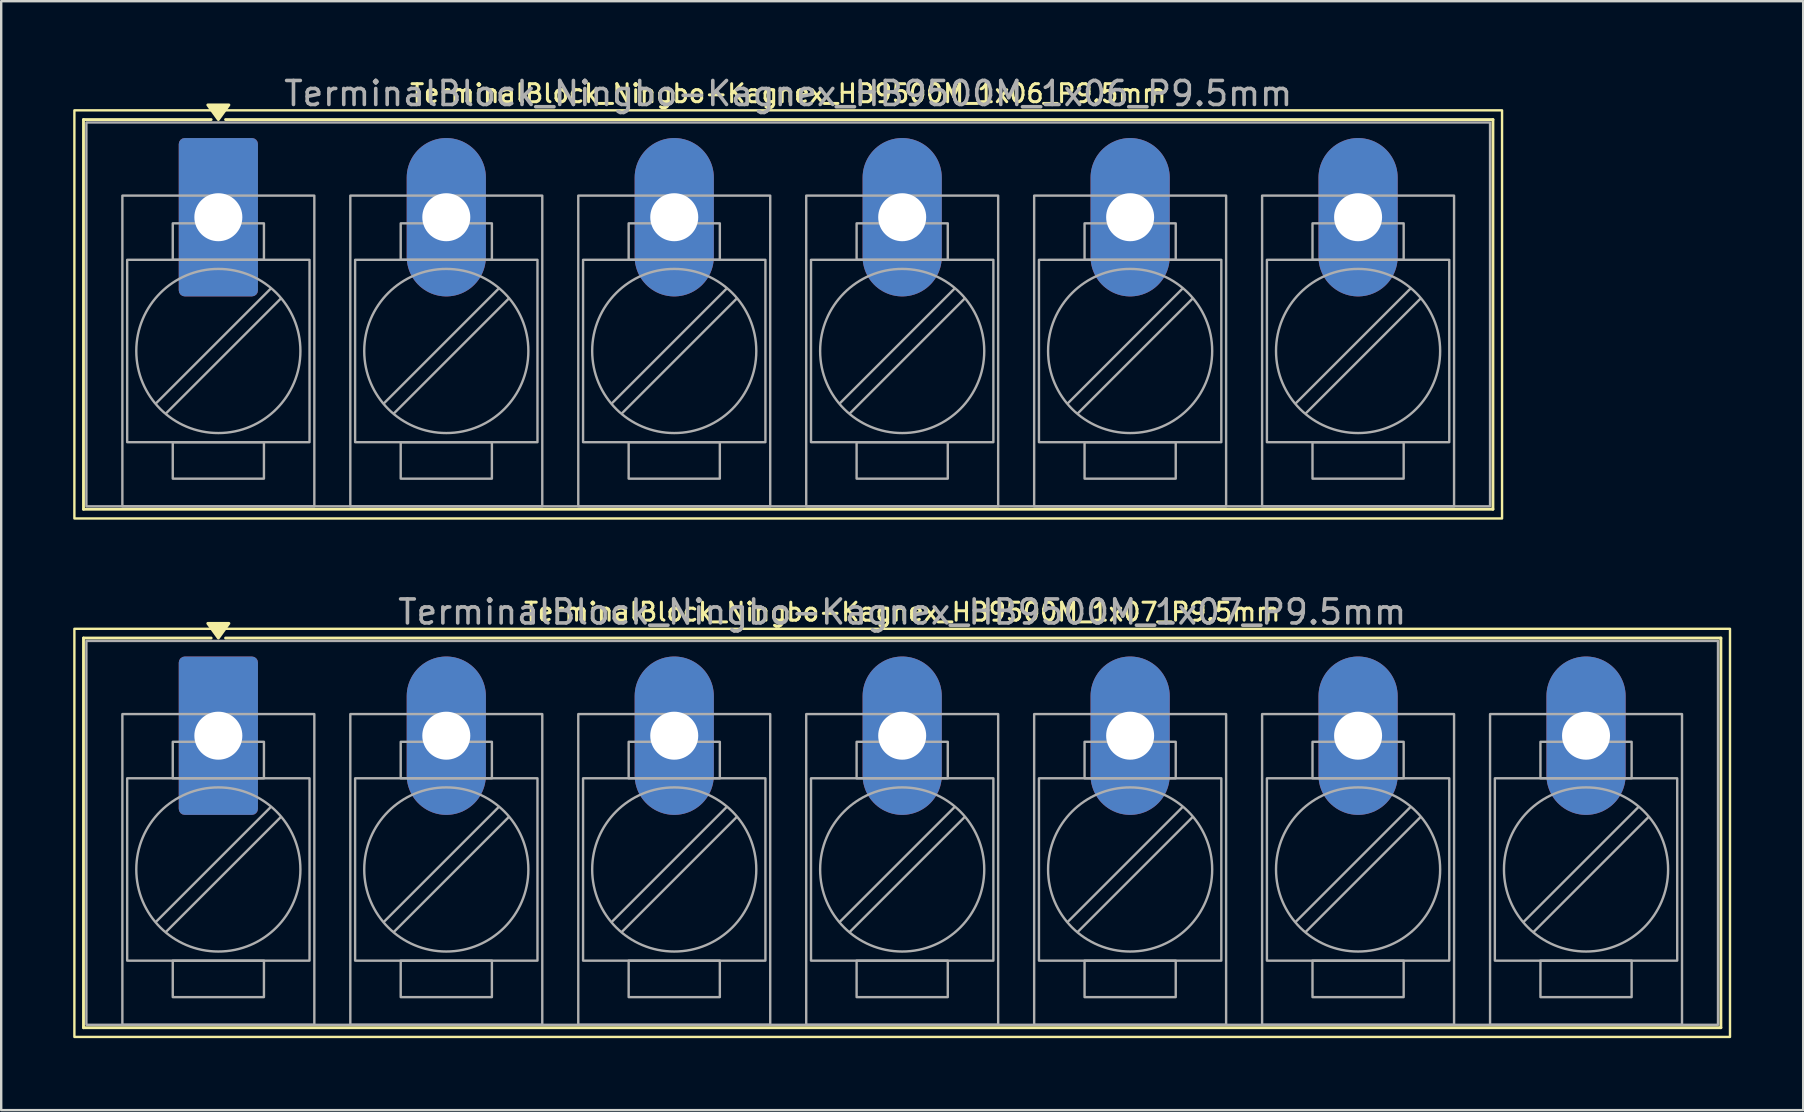
<source format=kicad_pcb>
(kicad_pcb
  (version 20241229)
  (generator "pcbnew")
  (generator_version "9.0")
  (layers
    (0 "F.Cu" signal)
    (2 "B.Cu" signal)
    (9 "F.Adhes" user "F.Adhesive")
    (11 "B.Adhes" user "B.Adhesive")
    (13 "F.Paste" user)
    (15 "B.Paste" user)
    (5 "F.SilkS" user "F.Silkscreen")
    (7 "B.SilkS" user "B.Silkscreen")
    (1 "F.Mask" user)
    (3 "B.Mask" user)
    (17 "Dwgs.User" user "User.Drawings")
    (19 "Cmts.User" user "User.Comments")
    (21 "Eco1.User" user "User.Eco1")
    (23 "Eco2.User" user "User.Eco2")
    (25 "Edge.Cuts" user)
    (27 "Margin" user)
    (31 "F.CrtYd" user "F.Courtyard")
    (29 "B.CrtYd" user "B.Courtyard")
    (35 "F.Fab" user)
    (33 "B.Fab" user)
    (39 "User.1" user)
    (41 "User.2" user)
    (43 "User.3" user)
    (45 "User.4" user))
  (footprint "TerminalBlock_Ningbo-Kagnex_HB9500M_1x07_P9.5mm"
    (layer "F.Cu")
    (at 6.05 27.611)
    (property "Reference" "TerminalBlock_Ningbo-Kagnex_HB9500M_1x07_P9.5mm" (at 28.5 -5.155 0) (layer "F.SilkS") (effects (font (size 0.75 0.75) (thickness 0.125))))
    (attr through_hole)
    (fp_line (start -5.62 -4.07) (end -0.3 -4.07) (stroke (width 0.12) (type solid)) (layer "F.SilkS"))
    (fp_line (start -5.62 12.17) (end -5.62 -4.07) (stroke (width 0.12) (type solid)) (layer "F.SilkS"))
    (fp_line (start 0.3 -4.07) (end 62.62 -4.07) (stroke (width 0.12) (type solid)) (layer "F.SilkS"))
    (fp_line (start 62.62 -4.07) (end 62.62 12.17) (stroke (width 0.12) (type solid)) (layer "F.SilkS"))
    (fp_line (start 62.62 12.17) (end -5.62 12.17) (stroke (width 0.12) (type solid)) (layer "F.SilkS"))
    (fp_rect (start -6 -4.455) (end 63 12.555) (stroke (width 0.1) (type solid)) (fill no) (layer "F.SilkS"))
    (fp_poly (pts (xy 0 -4.07) (xy -0.44 -4.68) (xy 0.44 -4.68)) (stroke (width 0.12) (type solid)) (fill yes) (layer "F.SilkS"))
    (fp_line (start 2.176 2.981) (end -2.594 7.751) (stroke (width 0.1) (type solid)) (layer "F.Fab"))
    (fp_line (start 2.594 3.399) (end -2.176 8.169) (stroke (width 0.1) (type solid)) (layer "F.Fab"))
    (fp_line (start 11.676 2.981) (end 6.906 7.751) (stroke (width 0.1) (type solid)) (layer "F.Fab"))
    (fp_line (start 12.094 3.399) (end 7.324 8.169) (stroke (width 0.1) (type solid)) (layer "F.Fab"))
    (fp_line (start 21.176 2.981) (end 16.406 7.751) (stroke (width 0.1) (type solid)) (layer "F.Fab"))
    (fp_line (start 21.594 3.399) (end 16.824 8.169) (stroke (width 0.1) (type solid)) (layer "F.Fab"))
    (fp_line (start 30.676 2.981) (end 25.906 7.751) (stroke (width 0.1) (type solid)) (layer "F.Fab"))
    (fp_line (start 31.094 3.399) (end 26.324 8.169) (stroke (width 0.1) (type solid)) (layer "F.Fab"))
    (fp_line (start 40.176 2.981) (end 35.406 7.751) (stroke (width 0.1) (type solid)) (layer "F.Fab"))
    (fp_line (start 40.594 3.399) (end 35.824 8.169) (stroke (width 0.1) (type solid)) (layer "F.Fab"))
    (fp_line (start 49.676 2.981) (end 44.906 7.751) (stroke (width 0.1) (type solid)) (layer "F.Fab"))
    (fp_line (start 50.094 3.399) (end 45.324 8.169) (stroke (width 0.1) (type solid)) (layer "F.Fab"))
    (fp_line (start 59.176 2.981) (end 54.406 7.751) (stroke (width 0.1) (type solid)) (layer "F.Fab"))
    (fp_line (start 59.594 3.399) (end 54.824 8.169) (stroke (width 0.1) (type solid)) (layer "F.Fab"))
    (fp_rect (start -5.5 -3.95) (end 62.5 12.05) (stroke (width 0.1) (type solid)) (fill no) (layer "F.Fab"))
    (fp_rect (start -4 -0.9) (end 4 12.05) (stroke (width 0.1) (type solid)) (fill no) (layer "F.Fab"))
    (fp_rect (start -3.8 1.775) (end 3.8 9.375) (stroke (width 0.1) (type solid)) (fill no) (layer "F.Fab"))
    (fp_rect (start -1.9 0.255) (end 1.9 1.775) (stroke (width 0.1) (type solid)) (fill no) (layer "F.Fab"))
    (fp_rect (start -1.9 9.375) (end 1.9 10.895) (stroke (width 0.1) (type solid)) (fill no) (layer "F.Fab"))
    (fp_rect (start 5.5 -0.9) (end 13.5 12.05) (stroke (width 0.1) (type solid)) (fill no) (layer "F.Fab"))
    (fp_rect (start 5.7 1.775) (end 13.3 9.375) (stroke (width 0.1) (type solid)) (fill no) (layer "F.Fab"))
    (fp_rect (start 7.6 0.255) (end 11.4 1.775) (stroke (width 0.1) (type solid)) (fill no) (layer "F.Fab"))
    (fp_rect (start 7.6 9.375) (end 11.4 10.895) (stroke (width 0.1) (type solid)) (fill no) (layer "F.Fab"))
    (fp_rect (start 15 -0.9) (end 23 12.05) (stroke (width 0.1) (type solid)) (fill no) (layer "F.Fab"))
    (fp_rect (start 15.2 1.775) (end 22.8 9.375) (stroke (width 0.1) (type solid)) (fill no) (layer "F.Fab"))
    (fp_rect (start 17.1 0.255) (end 20.9 1.775) (stroke (width 0.1) (type solid)) (fill no) (layer "F.Fab"))
    (fp_rect (start 17.1 9.375) (end 20.9 10.895) (stroke (width 0.1) (type solid)) (fill no) (layer "F.Fab"))
    (fp_rect (start 24.5 -0.9) (end 32.5 12.05) (stroke (width 0.1) (type solid)) (fill no) (layer "F.Fab"))
    (fp_rect (start 24.7 1.775) (end 32.3 9.375) (stroke (width 0.1) (type solid)) (fill no) (layer "F.Fab"))
    (fp_rect (start 26.6 0.255) (end 30.4 1.775) (stroke (width 0.1) (type solid)) (fill no) (layer "F.Fab"))
    (fp_rect (start 26.6 9.375) (end 30.4 10.895) (stroke (width 0.1) (type solid)) (fill no) (layer "F.Fab"))
    (fp_rect (start 34 -0.9) (end 42 12.05) (stroke (width 0.1) (type solid)) (fill no) (layer "F.Fab"))
    (fp_rect (start 34.2 1.775) (end 41.8 9.375) (stroke (width 0.1) (type solid)) (fill no) (layer "F.Fab"))
    (fp_rect (start 36.1 0.255) (end 39.9 1.775) (stroke (width 0.1) (type solid)) (fill no) (layer "F.Fab"))
    (fp_rect (start 36.1 9.375) (end 39.9 10.895) (stroke (width 0.1) (type solid)) (fill no) (layer "F.Fab"))
    (fp_rect (start 43.5 -0.9) (end 51.5 12.05) (stroke (width 0.1) (type solid)) (fill no) (layer "F.Fab"))
    (fp_rect (start 43.7 1.775) (end 51.3 9.375) (stroke (width 0.1) (type solid)) (fill no) (layer "F.Fab"))
    (fp_rect (start 45.6 0.255) (end 49.4 1.775) (stroke (width 0.1) (type solid)) (fill no) (layer "F.Fab"))
    (fp_rect (start 45.6 9.375) (end 49.4 10.895) (stroke (width 0.1) (type solid)) (fill no) (layer "F.Fab"))
    (fp_rect (start 53 -0.9) (end 61 12.05) (stroke (width 0.1) (type solid)) (fill no) (layer "F.Fab"))
    (fp_rect (start 53.2 1.775) (end 60.8 9.375) (stroke (width 0.1) (type solid)) (fill no) (layer "F.Fab"))
    (fp_rect (start 55.1 0.255) (end 58.9 1.775) (stroke (width 0.1) (type solid)) (fill no) (layer "F.Fab"))
    (fp_rect (start 55.1 9.375) (end 58.9 10.895) (stroke (width 0.1) (type solid)) (fill no) (layer "F.Fab"))
    (fp_circle (center 0 5.575) (end 3.42 5.575) (stroke (width 0.1) (type solid)) (fill no) (layer "F.Fab"))
    (fp_circle (center 9.5 5.575) (end 12.92 5.575) (stroke (width 0.1) (type solid)) (fill no) (layer "F.Fab"))
    (fp_circle (center 19 5.575) (end 22.42 5.575) (stroke (width 0.1) (type solid)) (fill no) (layer "F.Fab"))
    (fp_circle (center 28.5 5.575) (end 31.92 5.575) (stroke (width 0.1) (type solid)) (fill no) (layer "F.Fab"))
    (fp_circle (center 38 5.575) (end 41.42 5.575) (stroke (width 0.1) (type solid)) (fill no) (layer "F.Fab"))
    (fp_circle (center 47.5 5.575) (end 50.92 5.575) (stroke (width 0.1) (type solid)) (fill no) (layer "F.Fab"))
    (fp_circle (center 57 5.575) (end 60.42 5.575) (stroke (width 0.1) (type solid)) (fill no) (layer "F.Fab"))
    (fp_text user "${REFERENCE}" (at 28.5 -5.155 0) (layer "F.Fab") (effects (font (size 1 1) (thickness 0.15))))
    (pad "1" thru_hole roundrect (at 0 0) (size 3.3 6.6) (drill 2) (layers "*.Cu" "*.Mask") (roundrect_rratio 0.076))
    (pad "2" thru_hole oval (at 9.5 0) (size 3.3 6.6) (drill 2) (layers "*.Cu" "*.Mask"))
    (pad "3" thru_hole oval (at 19 0) (size 3.3 6.6) (drill 2) (layers "*.Cu" "*.Mask"))
    (pad "4" thru_hole oval (at 28.5 0) (size 3.3 6.6) (drill 2) (layers "*.Cu" "*.Mask"))
    (pad "5" thru_hole oval (at 38 0) (size 3.3 6.6) (drill 2) (layers "*.Cu" "*.Mask"))
    (pad "6" thru_hole oval (at 47.5 0) (size 3.3 6.6) (drill 2) (layers "*.Cu" "*.Mask"))
    (pad "7" thru_hole oval (at 57 0) (size 3.3 6.6) (drill 2) (layers "*.Cu" "*.Mask")))
  (footprint "TerminalBlock_Ningbo-Kagnex_HB9500M_1x06_P9.5mm"
    (layer "F.Cu")
    (at 6.05 6.003)
    (property "Reference" "TerminalBlock_Ningbo-Kagnex_HB9500M_1x06_P9.5mm" (at 23.75 -5.155 0) (layer "F.SilkS") (effects (font (size 0.75 0.75) (thickness 0.125))))
    (attr through_hole)
    (fp_line (start -5.62 -4.07) (end -0.3 -4.07) (stroke (width 0.12) (type solid)) (layer "F.SilkS"))
    (fp_line (start -5.62 12.17) (end -5.62 -4.07) (stroke (width 0.12) (type solid)) (layer "F.SilkS"))
    (fp_line (start 0.3 -4.07) (end 53.12 -4.07) (stroke (width 0.12) (type solid)) (layer "F.SilkS"))
    (fp_line (start 53.12 -4.07) (end 53.12 12.17) (stroke (width 0.12) (type solid)) (layer "F.SilkS"))
    (fp_line (start 53.12 12.17) (end -5.62 12.17) (stroke (width 0.12) (type solid)) (layer "F.SilkS"))
    (fp_rect (start -6 -4.455) (end 53.5 12.555) (stroke (width 0.1) (type solid)) (fill no) (layer "F.SilkS"))
    (fp_poly (pts (xy 0 -4.07) (xy -0.44 -4.68) (xy 0.44 -4.68)) (stroke (width 0.12) (type solid)) (fill yes) (layer "F.SilkS"))
    (fp_line (start 2.176 2.981) (end -2.594 7.751) (stroke (width 0.1) (type solid)) (layer "F.Fab"))
    (fp_line (start 2.594 3.399) (end -2.176 8.169) (stroke (width 0.1) (type solid)) (layer "F.Fab"))
    (fp_line (start 11.676 2.981) (end 6.906 7.751) (stroke (width 0.1) (type solid)) (layer "F.Fab"))
    (fp_line (start 12.094 3.399) (end 7.324 8.169) (stroke (width 0.1) (type solid)) (layer "F.Fab"))
    (fp_line (start 21.176 2.981) (end 16.406 7.751) (stroke (width 0.1) (type solid)) (layer "F.Fab"))
    (fp_line (start 21.594 3.399) (end 16.824 8.169) (stroke (width 0.1) (type solid)) (layer "F.Fab"))
    (fp_line (start 30.676 2.981) (end 25.906 7.751) (stroke (width 0.1) (type solid)) (layer "F.Fab"))
    (fp_line (start 31.094 3.399) (end 26.324 8.169) (stroke (width 0.1) (type solid)) (layer "F.Fab"))
    (fp_line (start 40.176 2.981) (end 35.406 7.751) (stroke (width 0.1) (type solid)) (layer "F.Fab"))
    (fp_line (start 40.594 3.399) (end 35.824 8.169) (stroke (width 0.1) (type solid)) (layer "F.Fab"))
    (fp_line (start 49.676 2.981) (end 44.906 7.751) (stroke (width 0.1) (type solid)) (layer "F.Fab"))
    (fp_line (start 50.094 3.399) (end 45.324 8.169) (stroke (width 0.1) (type solid)) (layer "F.Fab"))
    (fp_rect (start -5.5 -3.95) (end 53 12.05) (stroke (width 0.1) (type solid)) (fill no) (layer "F.Fab"))
    (fp_rect (start -4 -0.9) (end 4 12.05) (stroke (width 0.1) (type solid)) (fill no) (layer "F.Fab"))
    (fp_rect (start -3.8 1.775) (end 3.8 9.375) (stroke (width 0.1) (type solid)) (fill no) (layer "F.Fab"))
    (fp_rect (start -1.9 0.255) (end 1.9 1.775) (stroke (width 0.1) (type solid)) (fill no) (layer "F.Fab"))
    (fp_rect (start -1.9 9.375) (end 1.9 10.895) (stroke (width 0.1) (type solid)) (fill no) (layer "F.Fab"))
    (fp_rect (start 5.5 -0.9) (end 13.5 12.05) (stroke (width 0.1) (type solid)) (fill no) (layer "F.Fab"))
    (fp_rect (start 5.7 1.775) (end 13.3 9.375) (stroke (width 0.1) (type solid)) (fill no) (layer "F.Fab"))
    (fp_rect (start 7.6 0.255) (end 11.4 1.775) (stroke (width 0.1) (type solid)) (fill no) (layer "F.Fab"))
    (fp_rect (start 7.6 9.375) (end 11.4 10.895) (stroke (width 0.1) (type solid)) (fill no) (layer "F.Fab"))
    (fp_rect (start 15 -0.9) (end 23 12.05) (stroke (width 0.1) (type solid)) (fill no) (layer "F.Fab"))
    (fp_rect (start 15.2 1.775) (end 22.8 9.375) (stroke (width 0.1) (type solid)) (fill no) (layer "F.Fab"))
    (fp_rect (start 17.1 0.255) (end 20.9 1.775) (stroke (width 0.1) (type solid)) (fill no) (layer "F.Fab"))
    (fp_rect (start 17.1 9.375) (end 20.9 10.895) (stroke (width 0.1) (type solid)) (fill no) (layer "F.Fab"))
    (fp_rect (start 24.5 -0.9) (end 32.5 12.05) (stroke (width 0.1) (type solid)) (fill no) (layer "F.Fab"))
    (fp_rect (start 24.7 1.775) (end 32.3 9.375) (stroke (width 0.1) (type solid)) (fill no) (layer "F.Fab"))
    (fp_rect (start 26.6 0.255) (end 30.4 1.775) (stroke (width 0.1) (type solid)) (fill no) (layer "F.Fab"))
    (fp_rect (start 26.6 9.375) (end 30.4 10.895) (stroke (width 0.1) (type solid)) (fill no) (layer "F.Fab"))
    (fp_rect (start 34 -0.9) (end 42 12.05) (stroke (width 0.1) (type solid)) (fill no) (layer "F.Fab"))
    (fp_rect (start 34.2 1.775) (end 41.8 9.375) (stroke (width 0.1) (type solid)) (fill no) (layer "F.Fab"))
    (fp_rect (start 36.1 0.255) (end 39.9 1.775) (stroke (width 0.1) (type solid)) (fill no) (layer "F.Fab"))
    (fp_rect (start 36.1 9.375) (end 39.9 10.895) (stroke (width 0.1) (type solid)) (fill no) (layer "F.Fab"))
    (fp_rect (start 43.5 -0.9) (end 51.5 12.05) (stroke (width 0.1) (type solid)) (fill no) (layer "F.Fab"))
    (fp_rect (start 43.7 1.775) (end 51.3 9.375) (stroke (width 0.1) (type solid)) (fill no) (layer "F.Fab"))
    (fp_rect (start 45.6 0.255) (end 49.4 1.775) (stroke (width 0.1) (type solid)) (fill no) (layer "F.Fab"))
    (fp_rect (start 45.6 9.375) (end 49.4 10.895) (stroke (width 0.1) (type solid)) (fill no) (layer "F.Fab"))
    (fp_circle (center 0 5.575) (end 3.42 5.575) (stroke (width 0.1) (type solid)) (fill no) (layer "F.Fab"))
    (fp_circle (center 9.5 5.575) (end 12.92 5.575) (stroke (width 0.1) (type solid)) (fill no) (layer "F.Fab"))
    (fp_circle (center 19 5.575) (end 22.42 5.575) (stroke (width 0.1) (type solid)) (fill no) (layer "F.Fab"))
    (fp_circle (center 28.5 5.575) (end 31.92 5.575) (stroke (width 0.1) (type solid)) (fill no) (layer "F.Fab"))
    (fp_circle (center 38 5.575) (end 41.42 5.575) (stroke (width 0.1) (type solid)) (fill no) (layer "F.Fab"))
    (fp_circle (center 47.5 5.575) (end 50.92 5.575) (stroke (width 0.1) (type solid)) (fill no) (layer "F.Fab"))
    (fp_text user "${REFERENCE}" (at 23.75 -5.155 0) (layer "F.Fab") (effects (font (size 1 1) (thickness 0.15))))
    (pad "1" thru_hole roundrect (at 0 0) (size 3.3 6.6) (drill 2) (layers "*.Cu" "*.Mask") (roundrect_rratio 0.076))
    (pad "2" thru_hole oval (at 9.5 0) (size 3.3 6.6) (drill 2) (layers "*.Cu" "*.Mask"))
    (pad "3" thru_hole oval (at 19 0) (size 3.3 6.6) (drill 2) (layers "*.Cu" "*.Mask"))
    (pad "4" thru_hole oval (at 28.5 0) (size 3.3 6.6) (drill 2) (layers "*.Cu" "*.Mask"))
    (pad "5" thru_hole oval (at 38 0) (size 3.3 6.6) (drill 2) (layers "*.Cu" "*.Mask"))
    (pad "6" thru_hole oval (at 47.5 0) (size 3.3 6.6) (drill 2) (layers "*.Cu" "*.Mask")))
  (gr_rect
    (start -3 -3)
    (end 72.1 43.217)
    (stroke (width 0.1) (type default))
    (fill no)
    (layer "Edge.Cuts")))
</source>
